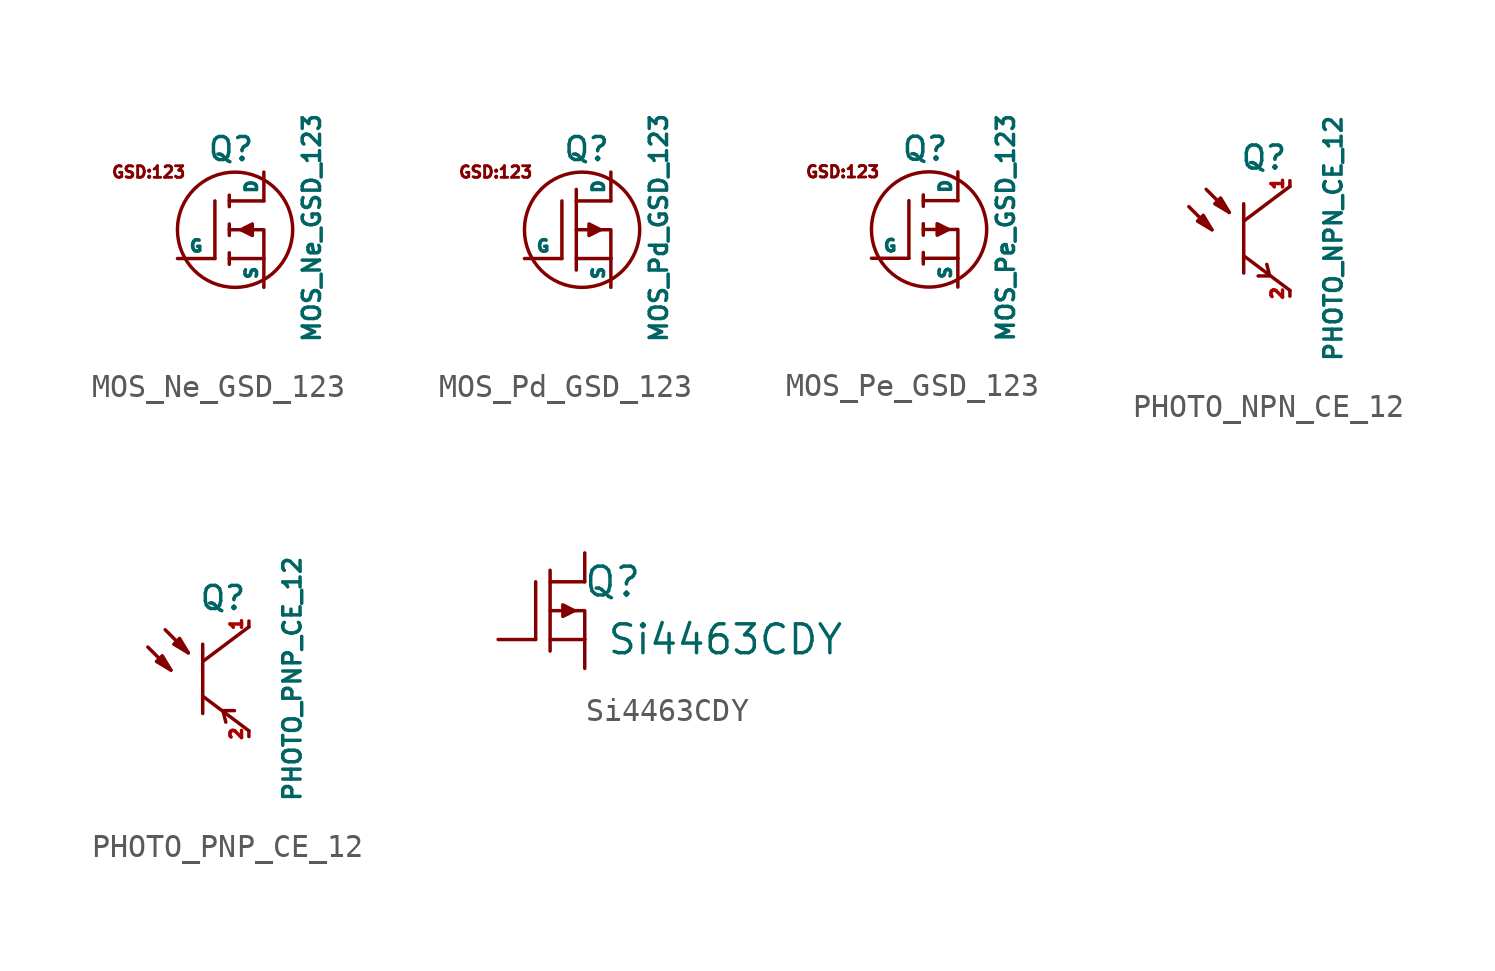
<source format=kicad_sym>
(kicad_symbol_lib
  (version 20211014)
  (generator kicad_symbol_editor)
  (symbol "MOS_Ne_GSD_123"
    (pin_numbers hide)
    (pin_names
      (offset 0))
    (property "Reference" "Q"
      (at -0.178 3.556 0)
      (effects (font (size 1.016 1.016))))
    (property "Value" "MOS_Ne_GSD_123"
      (at 3.378 0.076 90)
      (effects (font (size 0.762 0.762))))
    (property "Footprint" ""
      (at 0 0 0)
      (effects (font (size 1.524 1.524))))
    (property "Datasheet" ""
      (at 0 0 0)
      (effects (font (size 1.524 1.524))))
    (symbol "MOS_Ne_GSD_123_0_0"
      (text "GSD:123" (at -3.81 2.54 0) (effects (font (size 0.508 0.508)))))
    (symbol "MOS_Ne_GSD_123_0_1"
      (polyline (pts (xy -0.889 1.27) (xy -0.889 -1.27)) (stroke (width 0) (type default) (color 0 0 0 0)) (fill (type none)))
      (polyline (pts (xy -0.254 -1.016) (xy -0.254 -1.524)) (stroke (width 0) (type default) (color 0 0 0 0)) (fill (type none)))
      (polyline (pts (xy -0.254 0.254) (xy -0.254 -0.254)) (stroke (width 0) (type default) (color 0 0 0 0)) (fill (type none)))
      (polyline (pts (xy -0.254 1.524) (xy -0.254 1.016)) (stroke (width 0) (type default) (color 0 0 0 0)) (fill (type none)))
      (polyline (pts (xy -0.254 -1.27) (xy 1.27 -1.27) (xy 1.27 -1.27)) (stroke (width 0) (type default) (color 0 0 0 0)) (fill (type outline)))
      (polyline (pts (xy -0.254 0) (xy 1.27 0) (xy 1.27 -1.27)) (stroke (width 0) (type default) (color 0 0 0 0)) (fill (type none)))
      (polyline (pts (xy -0.254 1.27) (xy 1.27 1.27) (xy 1.27 1.27)) (stroke (width 0) (type default) (color 0 0 0 0)) (fill (type outline)))
      (polyline (pts (xy 0.254 0) (xy 0.762 0.254) (xy 0.762 -0.254) (xy 0.254 0)) (stroke (width 0) (type default) (color 0 0 0 0)) (fill (type outline)))
      (circle (center 0 0) (radius 2.54) (stroke (width 0) (type default) (color 0 0 0 0)) (fill (type none))))
    (symbol "MOS_Ne_GSD_123_1_1"
      (pin passive line (at -2.54 -1.27 0) (length 1.651) (name "G" (effects (font (size 0.508 0.508)))) (number "1" (effects (font (size 0.635 0.635)))))
      (pin passive line (at 1.27 2.54 270) (length 1.27) (name "D" (effects (font (size 0.508 0.508)))) (number "2" (effects (font (size 0.508 0.508)))))
      (pin passive line (at 1.27 -2.54 90) (length 1.27) (name "S" (effects (font (size 0.508 0.508)))) (number "3" (effects (font (size 0.635 0.635)))))))
  (symbol "MOS_Pd_GSD_123"
    (pin_numbers hide)
    (pin_names
      (offset 0))
    (property "Reference" "Q"
      (at 0.203 3.556 0)
      (effects (font (size 1.016 1.016))))
    (property "Value" "MOS_Pd_GSD_123"
      (at 3.378 0.076 90)
      (effects (font (size 0.762 0.762))))
    (property "Footprint" ""
      (at 0 0 0)
      (effects (font (size 1.524 1.524))))
    (property "Datasheet" ""
      (at 0 0 0)
      (effects (font (size 1.524 1.524))))
    (symbol "MOS_Pd_GSD_123_0_0"
      (text "GSD:123" (at -3.81 2.54 0) (effects (font (size 0.508 0.508)))))
    (symbol "MOS_Pd_GSD_123_0_1"
      (polyline (pts (xy -0.889 1.27) (xy -0.889 -1.27)) (stroke (width 0) (type default) (color 0 0 0 0)) (fill (type none)))
      (polyline (pts (xy -0.254 -1.27) (xy 1.27 -1.27) (xy 1.27 -1.27)) (stroke (width 0) (type default) (color 0 0 0 0)) (fill (type outline)))
      (polyline (pts (xy -0.254 0) (xy 1.27 0) (xy 1.27 -1.27)) (stroke (width 0) (type default) (color 0 0 0 0)) (fill (type none)))
      (polyline (pts (xy -0.254 1.27) (xy 1.27 1.27) (xy 1.27 1.27)) (stroke (width 0) (type default) (color 0 0 0 0)) (fill (type outline)))
      (polyline (pts (xy -0.254 1.778) (xy -0.254 -1.778) (xy -0.254 -1.778)) (stroke (width 0) (type default) (color 0 0 0 0)) (fill (type outline)))
      (polyline (pts (xy 0.813 0) (xy 0.305 0.254) (xy 0.305 -0.254) (xy 0.813 0)) (stroke (width 0) (type default) (color 0 0 0 0)) (fill (type outline)))
      (circle (center 0 0) (radius 2.54) (stroke (width 0) (type default) (color 0 0 0 0)) (fill (type none))))
    (symbol "MOS_Pd_GSD_123_1_1"
      (pin passive line (at -2.54 -1.27 0) (length 1.651) (name "G" (effects (font (size 0.508 0.508)))) (number "1" (effects (font (size 0.635 0.635)))))
      (pin passive line (at 1.27 2.54 270) (length 1.27) (name "D" (effects (font (size 0.508 0.508)))) (number "2" (effects (font (size 0.508 0.508)))))
      (pin passive line (at 1.27 -2.54 90) (length 1.27) (name "S" (effects (font (size 0.508 0.508)))) (number "3" (effects (font (size 0.635 0.635)))))))
  (symbol "MOS_Pe_GSD_123"
    (pin_numbers hide)
    (pin_names
      (offset 0))
    (property "Reference" "Q"
      (at -0.178 3.556 0)
      (effects (font (size 1.016 1.016))))
    (property "Value" "MOS_Pe_GSD_123"
      (at 3.378 0.076 90)
      (effects (font (size 0.762 0.762))))
    (property "Footprint" ""
      (at 0 0 0)
      (effects (font (size 1.524 1.524))))
    (property "Datasheet" ""
      (at 0 0 0)
      (effects (font (size 1.524 1.524))))
    (symbol "MOS_Pe_GSD_123_0_0"
      (text "GSD:123" (at -3.81 2.54 0) (effects (font (size 0.508 0.508)))))
    (symbol "MOS_Pe_GSD_123_0_1"
      (polyline (pts (xy -0.889 1.27) (xy -0.889 -1.27)) (stroke (width 0) (type default) (color 0 0 0 0)) (fill (type none)))
      (polyline (pts (xy -0.254 -1.016) (xy -0.254 -1.524)) (stroke (width 0) (type default) (color 0 0 0 0)) (fill (type none)))
      (polyline (pts (xy -0.254 0.254) (xy -0.254 -0.254)) (stroke (width 0) (type default) (color 0 0 0 0)) (fill (type none)))
      (polyline (pts (xy -0.254 1.524) (xy -0.254 1.016)) (stroke (width 0) (type default) (color 0 0 0 0)) (fill (type none)))
      (polyline (pts (xy -0.254 -1.27) (xy 1.27 -1.27) (xy 1.27 -1.27)) (stroke (width 0) (type default) (color 0 0 0 0)) (fill (type outline)))
      (polyline (pts (xy -0.254 0) (xy 1.27 0) (xy 1.27 -1.27)) (stroke (width 0) (type default) (color 0 0 0 0)) (fill (type none)))
      (polyline (pts (xy -0.254 1.27) (xy 1.27 1.27) (xy 1.27 1.27)) (stroke (width 0) (type default) (color 0 0 0 0)) (fill (type outline)))
      (polyline (pts (xy 0.864 0) (xy 0.356 0.254) (xy 0.356 -0.254) (xy 0.864 0)) (stroke (width 0) (type default) (color 0 0 0 0)) (fill (type outline)))
      (circle (center 0 0) (radius 2.54) (stroke (width 0) (type default) (color 0 0 0 0)) (fill (type none))))
    (symbol "MOS_Pe_GSD_123_1_1"
      (pin passive line (at -2.54 -1.27 0) (length 1.651) (name "G" (effects (font (size 0.508 0.508)))) (number "1" (effects (font (size 0.635 0.635)))))
      (pin passive line (at 1.27 2.54 270) (length 1.27) (name "D" (effects (font (size 0.508 0.508)))) (number "2" (effects (font (size 0.508 0.508)))))
      (pin passive line (at 1.27 -2.54 90) (length 1.27) (name "S" (effects (font (size 0.508 0.508)))) (number "3" (effects (font (size 0.635 0.635)))))))
  (symbol "PHOTO_NPN_CE_12"
    (pin_names
      (offset 0) hide)
    (property "Reference" "Q"
      (at 0.127 3.556 0)
      (effects (font (size 1.016 1.016))))
    (property "Value" "PHOTO_NPN_CE_12"
      (at 3.175 0 90)
      (effects (font (size 0.762 0.762))))
    (property "Footprint" ""
      (at 0 0 0)
      (effects (font (size 1.524 1.524))))
    (property "Datasheet" ""
      (at 0 0 0)
      (effects (font (size 1.524 1.524))))
    (symbol "PHOTO_NPN_CE_12_0_1"
      (polyline (pts (xy -3.175 1.397) (xy -2.159 0.381)) (stroke (width 0) (type default) (color 0 0 0 0)) (fill (type none)))
      (polyline (pts (xy -2.413 2.159) (xy -1.397 1.143)) (stroke (width 0) (type default) (color 0 0 0 0)) (fill (type none)))
      (polyline (pts (xy -0.762 -0.762) (xy 1.27 -2.286)) (stroke (width 0) (type default) (color 0 0 0 0)) (fill (type none)))
      (polyline (pts (xy -0.762 0.762) (xy 1.27 2.286)) (stroke (width 0) (type default) (color 0 0 0 0)) (fill (type none)))
      (polyline (pts (xy -0.762 1.524) (xy -0.762 -1.524)) (stroke (width 0) (type default) (color 0 0 0 0)) (fill (type none)))
      (polyline (pts (xy 0.254 -1.143) (xy 0.381 -1.651) (xy -0.127 -1.651)) (stroke (width 0) (type default) (color 0 0 0 0)) (fill (type none)))
      (polyline (pts (xy -2.159 0.381) (xy -2.54 1.016) (xy -2.794 0.762) (xy -2.159 0.381)) (stroke (width 0) (type default) (color 0 0 0 0)) (fill (type outline)))
      (polyline (pts (xy -1.397 1.143) (xy -1.778 1.778) (xy -2.032 1.524) (xy -1.397 1.143)) (stroke (width 0) (type default) (color 0 0 0 0)) (fill (type outline))))
    (symbol "PHOTO_NPN_CE_12_1_1"
      (pin passive line (at 1.27 2.54 270) (length 0.254) (name "C" (effects (font (size 0.508 0.508)))) (number "1" (effects (font (size 0.508 0.508)))))
      (pin passive line (at 1.27 -2.54 90) (length 0.254) (name "E" (effects (font (size 0.635 0.635)))) (number "2" (effects (font (size 0.508 0.508)))))))
  (symbol "PHOTO_PNP_CE_12"
    (pin_names
      (offset 0) hide)
    (property "Reference" "Q"
      (at 0.127 3.556 0)
      (effects (font (size 1.016 1.016))))
    (property "Value" "PHOTO_PNP_CE_12"
      (at 3.175 0 90)
      (effects (font (size 0.762 0.762))))
    (property "Footprint" ""
      (at 0 0 0)
      (effects (font (size 1.524 1.524))))
    (property "Datasheet" ""
      (at 0 0 0)
      (effects (font (size 1.524 1.524))))
    (symbol "PHOTO_PNP_CE_12_0_1"
      (polyline (pts (xy -3.175 1.397) (xy -2.159 0.381)) (stroke (width 0) (type default) (color 0 0 0 0)) (fill (type none)))
      (polyline (pts (xy -2.413 2.159) (xy -1.397 1.143)) (stroke (width 0) (type default) (color 0 0 0 0)) (fill (type none)))
      (polyline (pts (xy -0.762 -0.762) (xy 1.27 -2.286)) (stroke (width 0) (type default) (color 0 0 0 0)) (fill (type none)))
      (polyline (pts (xy -0.762 0.762) (xy 1.27 2.286)) (stroke (width 0) (type default) (color 0 0 0 0)) (fill (type none)))
      (polyline (pts (xy -0.762 1.524) (xy -0.762 -1.524)) (stroke (width 0) (type default) (color 0 0 0 0)) (fill (type none)))
      (polyline (pts (xy 0.254 -1.905) (xy 0.127 -1.397) (xy 0.635 -1.397)) (stroke (width 0) (type default) (color 0 0 0 0)) (fill (type none)))
      (polyline (pts (xy -2.159 0.381) (xy -2.54 1.016) (xy -2.794 0.762) (xy -2.159 0.381)) (stroke (width 0) (type default) (color 0 0 0 0)) (fill (type outline)))
      (polyline (pts (xy -1.397 1.143) (xy -1.778 1.778) (xy -2.032 1.524) (xy -1.397 1.143)) (stroke (width 0) (type default) (color 0 0 0 0)) (fill (type outline))))
    (symbol "PHOTO_PNP_CE_12_1_1"
      (pin passive line (at 1.27 2.54 270) (length 0.254) (name "C" (effects (font (size 0.508 0.508)))) (number "1" (effects (font (size 0.508 0.508)))))
      (pin passive line (at 1.27 -2.54 90) (length 0.254) (name "E" (effects (font (size 0.635 0.635)))) (number "2" (effects (font (size 0.508 0.508)))))))
  (symbol "Si4463CDY"
    (pin_numbers hide)
    (pin_names hide)
    (property "Reference" "Q"
      (at 3.81 1.27 0)
      (effects (font (size 1.27 1.27)) (justify right)))
    (property "Value" "Si4463CDY"
      (at 12.7 -1.27 0)
      (effects (font (size 1.27 1.27)) (justify right)))
    (symbol "Si4463CDY_0_1"
      (polyline (pts (xy -0.889 1.27) (xy -0.889 -1.27)) (stroke (width 0) (type default) (color 0 0 0 0)) (fill (type none)))
      (polyline (pts (xy -0.254 -1.27) (xy 1.27 -1.27) (xy 1.27 -1.27)) (stroke (width 0) (type default) (color 0 0 0 0)) (fill (type outline)))
      (polyline (pts (xy -0.254 0) (xy 1.27 0) (xy 1.27 -1.27)) (stroke (width 0) (type default) (color 0 0 0 0)) (fill (type none)))
      (polyline (pts (xy -0.254 1.27) (xy 1.27 1.27) (xy 1.27 1.27)) (stroke (width 0) (type default) (color 0 0 0 0)) (fill (type outline)))
      (polyline (pts (xy -0.254 1.778) (xy -0.254 -1.778) (xy -0.254 -1.778)) (stroke (width 0) (type default) (color 0 0 0 0)) (fill (type outline)))
      (polyline (pts (xy 0.813 0) (xy 0.305 0.254) (xy 0.305 -0.254) (xy 0.813 0)) (stroke (width 0) (type default) (color 0 0 0 0)) (fill (type outline))))
    (symbol "Si4463CDY_1_1"
      (pin passive line (at 1.27 -2.54 90) (length 1.27) hide (name "S" (effects (font (size 0.508 0.508)))) (number "1" (effects (font (size 0.635 0.635)))))
      (pin passive line (at 1.27 -2.54 90) (length 1.27) (name "S" (effects (font (size 0.508 0.508)))) (number "2" (effects (font (size 0.635 0.635)))))
      (pin passive line (at 1.27 -2.54 90) (length 1.27) hide (name "S" (effects (font (size 0.508 0.508)))) (number "3" (effects (font (size 0.635 0.635)))))
      (pin passive line (at -2.54 -1.27 0) (length 1.651) (name "G" (effects (font (size 0.508 0.508)))) (number "4" (effects (font (size 0.635 0.635)))))
      (pin passive line (at 1.27 2.54 270) (length 1.27) hide (name "D" (effects (font (size 0.508 0.508)))) (number "5" (effects (font (size 0.508 0.508)))))
      (pin passive line (at 1.27 2.54 270) (length 1.27) (name "D" (effects (font (size 0.508 0.508)))) (number "6" (effects (font (size 0.508 0.508)))))
      (pin passive line (at 1.27 2.54 270) (length 1.27) hide (name "D" (effects (font (size 0.508 0.508)))) (number "7" (effects (font (size 0.508 0.508)))))
      (pin passive line (at 1.27 2.54 270) (length 1.27) hide (name "D" (effects (font (size 0.508 0.508)))) (number "8" (effects (font (size 0.508 0.508))))))))
</source>
